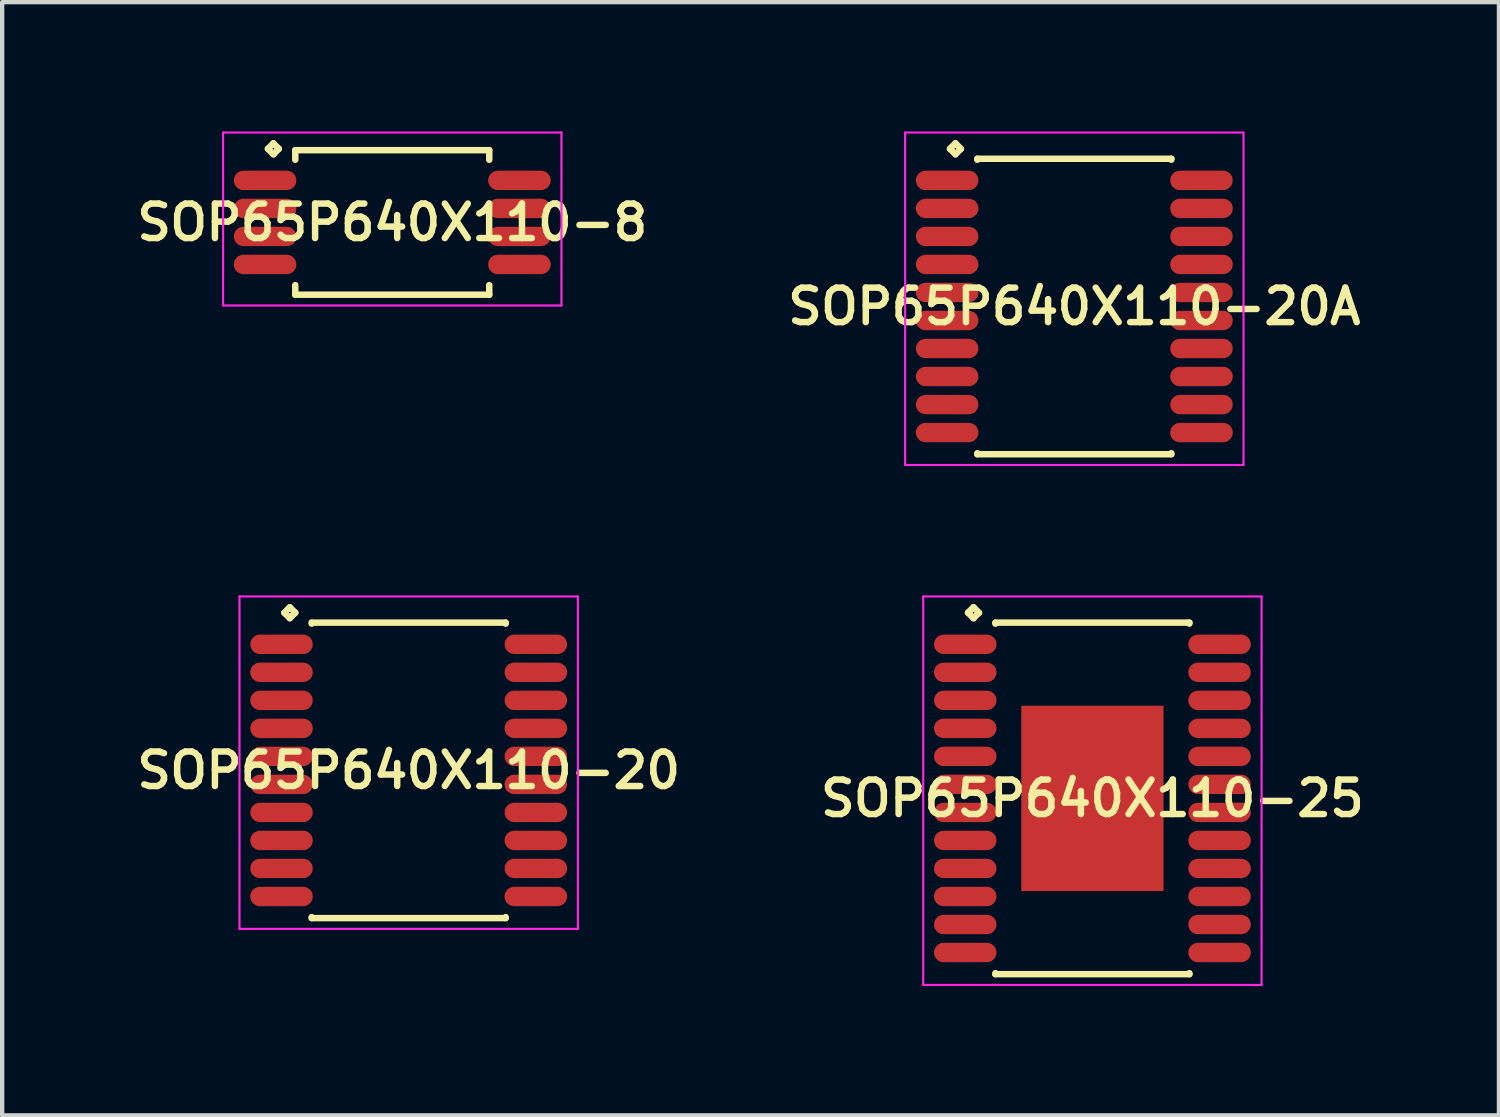
<source format=kicad_pcb>
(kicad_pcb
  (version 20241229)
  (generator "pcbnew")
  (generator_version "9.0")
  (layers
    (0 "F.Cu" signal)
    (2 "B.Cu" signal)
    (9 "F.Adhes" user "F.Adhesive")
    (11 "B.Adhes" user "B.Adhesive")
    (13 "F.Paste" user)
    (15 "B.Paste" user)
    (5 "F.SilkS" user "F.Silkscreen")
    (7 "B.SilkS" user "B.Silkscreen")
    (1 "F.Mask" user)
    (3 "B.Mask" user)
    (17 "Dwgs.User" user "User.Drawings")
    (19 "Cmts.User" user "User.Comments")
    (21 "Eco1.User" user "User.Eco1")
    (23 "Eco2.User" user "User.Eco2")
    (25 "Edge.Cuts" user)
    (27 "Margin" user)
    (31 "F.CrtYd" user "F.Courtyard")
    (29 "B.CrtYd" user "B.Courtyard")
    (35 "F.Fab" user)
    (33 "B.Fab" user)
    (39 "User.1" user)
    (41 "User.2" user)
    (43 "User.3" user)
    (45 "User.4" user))
  (footprint "SOP65P640X110-8"
    (layer "F.Cu")
    (at 6.05 2.11)
    (property "Reference" "SOP65P640X110-8" (at 0 0 0) (layer "F.SilkS") (effects (font (size 0.8 0.8) (thickness 0.15))))
    (attr smd)
    (fp_line (start -2.885 -1.708) (end -2.758 -1.835) (stroke (width 0.15) (type solid)) (layer "F.SilkS"))
    (fp_line (start -2.758 -1.835) (end -2.631 -1.708) (stroke (width 0.15) (type solid)) (layer "F.SilkS"))
    (fp_line (start -2.758 -1.581) (end -2.885 -1.708) (stroke (width 0.15) (type solid)) (layer "F.SilkS"))
    (fp_line (start -2.631 -1.708) (end -2.758 -1.581) (stroke (width 0.15) (type solid)) (layer "F.SilkS"))
    (fp_line (start -2.25 -1.677) (end 2.25 -1.677) (stroke (width 0.15) (type solid)) (layer "F.SilkS"))
    (fp_line (start -2.25 -1.454) (end -2.25 -1.677) (stroke (width 0.15) (type solid)) (layer "F.SilkS"))
    (fp_line (start -2.25 1.454) (end -2.25 1.677) (stroke (width 0.15) (type solid)) (layer "F.SilkS"))
    (fp_line (start -2.25 1.677) (end 2.25 1.677) (stroke (width 0.15) (type solid)) (layer "F.SilkS"))
    (fp_line (start 2.25 -1.677) (end 2.25 -1.454) (stroke (width 0.15) (type solid)) (layer "F.SilkS"))
    (fp_line (start 2.25 1.677) (end 2.25 1.454) (stroke (width 0.15) (type solid)) (layer "F.SilkS"))
    (fp_line (start -3.925 -2.085) (end 3.925 -2.085) (stroke (width 0.05) (type solid)) (layer "F.CrtYd"))
    (fp_line (start -3.925 1.927) (end -3.925 -2.085) (stroke (width 0.05) (type solid)) (layer "F.CrtYd"))
    (fp_line (start 3.925 -2.085) (end 3.925 1.927) (stroke (width 0.05) (type solid)) (layer "F.CrtYd"))
    (fp_line (start 3.925 1.927) (end -3.925 1.927) (stroke (width 0.05) (type solid)) (layer "F.CrtYd"))
    (pad "1" smd oval (at -2.95 -0.975) (size 1.45 0.45) (layers "F.Cu" "F.Mask" "F.Paste"))
    (pad "2" smd oval (at -2.95 -0.325) (size 1.45 0.45) (layers "F.Cu" "F.Mask" "F.Paste"))
    (pad "3" smd oval (at -2.95 0.325) (size 1.45 0.45) (layers "F.Cu" "F.Mask" "F.Paste"))
    (pad "4" smd oval (at -2.95 0.975) (size 1.45 0.45) (layers "F.Cu" "F.Mask" "F.Paste"))
    (pad "5" smd oval (at 2.95 0.975) (size 1.45 0.45) (layers "F.Cu" "F.Mask" "F.Paste"))
    (pad "6" smd oval (at 2.95 0.325) (size 1.45 0.45) (layers "F.Cu" "F.Mask" "F.Paste"))
    (pad "7" smd oval (at 2.95 -0.325) (size 1.45 0.45) (layers "F.Cu" "F.Mask" "F.Paste"))
    (pad "8" smd oval (at 2.95 -0.975) (size 1.45 0.45) (layers "F.Cu" "F.Mask" "F.Paste")))
  (footprint "SOP65P640X110-20A"
    (layer "F.Cu")
    (at 21.873 4.06)
    (property "Reference" "SOP65P640X110-20A" (at 0 0 0) (layer "F.SilkS") (effects (font (size 0.8 0.8) (thickness 0.15))))
    (attr smd)
    (fp_line (start -2.885 -3.658) (end -2.758 -3.785) (stroke (width 0.15) (type solid)) (layer "F.SilkS"))
    (fp_line (start -2.758 -3.785) (end -2.631 -3.658) (stroke (width 0.15) (type solid)) (layer "F.SilkS"))
    (fp_line (start -2.758 -3.531) (end -2.885 -3.658) (stroke (width 0.15) (type solid)) (layer "F.SilkS"))
    (fp_line (start -2.631 -3.658) (end -2.758 -3.531) (stroke (width 0.15) (type solid)) (layer "F.SilkS"))
    (fp_line (start -2.25 -3.427) (end 2.25 -3.427) (stroke (width 0.15) (type solid)) (layer "F.SilkS"))
    (fp_line (start -2.25 -3.404) (end -2.25 -3.427) (stroke (width 0.15) (type solid)) (layer "F.SilkS"))
    (fp_line (start -2.25 3.404) (end -2.25 3.427) (stroke (width 0.15) (type solid)) (layer "F.SilkS"))
    (fp_line (start -2.25 3.427) (end 2.25 3.427) (stroke (width 0.15) (type solid)) (layer "F.SilkS"))
    (fp_line (start 2.25 -3.427) (end 2.25 -3.404) (stroke (width 0.15) (type solid)) (layer "F.SilkS"))
    (fp_line (start 2.25 3.427) (end 2.25 3.404) (stroke (width 0.15) (type solid)) (layer "F.SilkS"))
    (fp_line (start -3.925 -4.035) (end 3.925 -4.035) (stroke (width 0.05) (type solid)) (layer "F.CrtYd"))
    (fp_line (start -3.925 3.677) (end -3.925 -4.035) (stroke (width 0.05) (type solid)) (layer "F.CrtYd"))
    (fp_line (start 3.925 -4.035) (end 3.925 3.677) (stroke (width 0.05) (type solid)) (layer "F.CrtYd"))
    (fp_line (start 3.925 3.677) (end -3.925 3.677) (stroke (width 0.05) (type solid)) (layer "F.CrtYd"))
    (pad "1" smd oval (at -2.95 -2.925) (size 1.45 0.45) (layers "F.Cu" "F.Mask" "F.Paste"))
    (pad "2" smd oval (at -2.95 -2.275) (size 1.45 0.45) (layers "F.Cu" "F.Mask" "F.Paste"))
    (pad "3" smd oval (at -2.95 -1.625) (size 1.45 0.45) (layers "F.Cu" "F.Mask" "F.Paste"))
    (pad "4" smd oval (at -2.95 -0.975) (size 1.45 0.45) (layers "F.Cu" "F.Mask" "F.Paste"))
    (pad "5" smd oval (at -2.95 -0.325) (size 1.45 0.45) (layers "F.Cu" "F.Mask" "F.Paste"))
    (pad "6" smd oval (at -2.95 0.325) (size 1.45 0.45) (layers "F.Cu" "F.Mask" "F.Paste"))
    (pad "7" smd oval (at -2.95 0.975) (size 1.45 0.45) (layers "F.Cu" "F.Mask" "F.Paste"))
    (pad "8" smd oval (at -2.95 1.625) (size 1.45 0.45) (layers "F.Cu" "F.Mask" "F.Paste"))
    (pad "9" smd oval (at -2.95 2.275) (size 1.45 0.45) (layers "F.Cu" "F.Mask" "F.Paste"))
    (pad "10" smd oval (at -2.95 2.925) (size 1.45 0.45) (layers "F.Cu" "F.Mask" "F.Paste"))
    (pad "11" smd oval (at 2.95 2.925) (size 1.45 0.45) (layers "F.Cu" "F.Mask" "F.Paste"))
    (pad "12" smd oval (at 2.95 2.275) (size 1.45 0.45) (layers "F.Cu" "F.Mask" "F.Paste"))
    (pad "13" smd oval (at 2.95 1.625) (size 1.45 0.45) (layers "F.Cu" "F.Mask" "F.Paste"))
    (pad "14" smd oval (at 2.95 0.975) (size 1.45 0.45) (layers "F.Cu" "F.Mask" "F.Paste"))
    (pad "15" smd oval (at 2.95 0.325) (size 1.45 0.45) (layers "F.Cu" "F.Mask" "F.Paste"))
    (pad "16" smd oval (at 2.95 -0.325) (size 1.45 0.45) (layers "F.Cu" "F.Mask" "F.Paste"))
    (pad "17" smd oval (at 2.95 -0.975) (size 1.45 0.45) (layers "F.Cu" "F.Mask" "F.Paste"))
    (pad "18" smd oval (at 2.95 -1.625) (size 1.45 0.45) (layers "F.Cu" "F.Mask" "F.Paste"))
    (pad "19" smd oval (at 2.95 -2.275) (size 1.45 0.45) (layers "F.Cu" "F.Mask" "F.Paste"))
    (pad "20" smd oval (at 2.95 -2.925) (size 1.45 0.45) (layers "F.Cu" "F.Mask" "F.Paste")))
  (footprint "SOP65P640X110-20"
    (layer "F.Cu")
    (at 6.431 14.822)
    (property "Reference" "SOP65P640X110-20" (at 0 0 0) (layer "F.SilkS") (effects (font (size 0.8 0.8) (thickness 0.15))))
    (attr smd)
    (fp_line (start -2.885 -3.658) (end -2.758 -3.785) (stroke (width 0.15) (type solid)) (layer "F.SilkS"))
    (fp_line (start -2.758 -3.785) (end -2.631 -3.658) (stroke (width 0.15) (type solid)) (layer "F.SilkS"))
    (fp_line (start -2.758 -3.531) (end -2.885 -3.658) (stroke (width 0.15) (type solid)) (layer "F.SilkS"))
    (fp_line (start -2.631 -3.658) (end -2.758 -3.531) (stroke (width 0.15) (type solid)) (layer "F.SilkS"))
    (fp_line (start -2.25 -3.427) (end 2.25 -3.427) (stroke (width 0.15) (type solid)) (layer "F.SilkS"))
    (fp_line (start -2.25 -3.404) (end -2.25 -3.427) (stroke (width 0.15) (type solid)) (layer "F.SilkS"))
    (fp_line (start -2.25 3.404) (end -2.25 3.427) (stroke (width 0.15) (type solid)) (layer "F.SilkS"))
    (fp_line (start -2.25 3.427) (end 2.25 3.427) (stroke (width 0.15) (type solid)) (layer "F.SilkS"))
    (fp_line (start 2.25 -3.427) (end 2.25 -3.404) (stroke (width 0.15) (type solid)) (layer "F.SilkS"))
    (fp_line (start 2.25 3.427) (end 2.25 3.404) (stroke (width 0.15) (type solid)) (layer "F.SilkS"))
    (fp_line (start -3.925 -4.035) (end 3.925 -4.035) (stroke (width 0.05) (type solid)) (layer "F.CrtYd"))
    (fp_line (start -3.925 3.677) (end -3.925 -4.035) (stroke (width 0.05) (type solid)) (layer "F.CrtYd"))
    (fp_line (start 3.925 -4.035) (end 3.925 3.677) (stroke (width 0.05) (type solid)) (layer "F.CrtYd"))
    (fp_line (start 3.925 3.677) (end -3.925 3.677) (stroke (width 0.05) (type solid)) (layer "F.CrtYd"))
    (pad "1" smd oval (at -2.95 -2.925) (size 1.45 0.45) (layers "F.Cu" "F.Mask" "F.Paste"))
    (pad "2" smd oval (at -2.95 -2.275) (size 1.45 0.45) (layers "F.Cu" "F.Mask" "F.Paste"))
    (pad "3" smd oval (at -2.95 -1.625) (size 1.45 0.45) (layers "F.Cu" "F.Mask" "F.Paste"))
    (pad "4" smd oval (at -2.95 -0.975) (size 1.45 0.45) (layers "F.Cu" "F.Mask" "F.Paste"))
    (pad "5" smd oval (at -2.95 -0.325) (size 1.45 0.45) (layers "F.Cu" "F.Mask" "F.Paste"))
    (pad "6" smd oval (at -2.95 0.325) (size 1.45 0.45) (layers "F.Cu" "F.Mask" "F.Paste"))
    (pad "7" smd oval (at -2.95 0.975) (size 1.45 0.45) (layers "F.Cu" "F.Mask" "F.Paste"))
    (pad "8" smd oval (at -2.95 1.625) (size 1.45 0.45) (layers "F.Cu" "F.Mask" "F.Paste"))
    (pad "9" smd oval (at -2.95 2.275) (size 1.45 0.45) (layers "F.Cu" "F.Mask" "F.Paste"))
    (pad "10" smd oval (at -2.95 2.925) (size 1.45 0.45) (layers "F.Cu" "F.Mask" "F.Paste"))
    (pad "11" smd oval (at 2.95 2.925) (size 1.45 0.45) (layers "F.Cu" "F.Mask" "F.Paste"))
    (pad "12" smd oval (at 2.95 2.275) (size 1.45 0.45) (layers "F.Cu" "F.Mask" "F.Paste"))
    (pad "13" smd oval (at 2.95 1.625) (size 1.45 0.45) (layers "F.Cu" "F.Mask" "F.Paste"))
    (pad "14" smd oval (at 2.95 0.975) (size 1.45 0.45) (layers "F.Cu" "F.Mask" "F.Paste"))
    (pad "15" smd oval (at 2.95 0.325) (size 1.45 0.45) (layers "F.Cu" "F.Mask" "F.Paste"))
    (pad "16" smd oval (at 2.95 -0.325) (size 1.45 0.45) (layers "F.Cu" "F.Mask" "F.Paste"))
    (pad "17" smd oval (at 2.95 -0.975) (size 1.45 0.45) (layers "F.Cu" "F.Mask" "F.Paste"))
    (pad "18" smd oval (at 2.95 -1.625) (size 1.45 0.45) (layers "F.Cu" "F.Mask" "F.Paste"))
    (pad "19" smd oval (at 2.95 -2.275) (size 1.45 0.45) (layers "F.Cu" "F.Mask" "F.Paste"))
    (pad "20" smd oval (at 2.95 -2.925) (size 1.45 0.45) (layers "F.Cu" "F.Mask" "F.Paste")))
  (footprint "SOP65P640X110-25"
    (layer "F.Cu")
    (at 22.292 15.472)
    (property "Reference" "SOP65P640X110-25" (at 0 0 0) (layer "F.SilkS") (effects (font (size 0.8 0.8) (thickness 0.15))))
    (attr smd)
    (fp_line (start -2.885 -4.308) (end -2.758 -4.435) (stroke (width 0.15) (type solid)) (layer "F.SilkS"))
    (fp_line (start -2.758 -4.435) (end -2.631 -4.308) (stroke (width 0.15) (type solid)) (layer "F.SilkS"))
    (fp_line (start -2.758 -4.181) (end -2.885 -4.308) (stroke (width 0.15) (type solid)) (layer "F.SilkS"))
    (fp_line (start -2.631 -4.308) (end -2.758 -4.181) (stroke (width 0.15) (type solid)) (layer "F.SilkS"))
    (fp_line (start -2.25 -4.077) (end 2.25 -4.077) (stroke (width 0.15) (type solid)) (layer "F.SilkS"))
    (fp_line (start -2.25 -4.054) (end -2.25 -4.077) (stroke (width 0.15) (type solid)) (layer "F.SilkS"))
    (fp_line (start -2.25 4.054) (end -2.25 4.077) (stroke (width 0.15) (type solid)) (layer "F.SilkS"))
    (fp_line (start -2.25 4.077) (end 2.25 4.077) (stroke (width 0.15) (type solid)) (layer "F.SilkS"))
    (fp_line (start 2.25 -4.077) (end 2.25 -4.054) (stroke (width 0.15) (type solid)) (layer "F.SilkS"))
    (fp_line (start 2.25 4.077) (end 2.25 4.054) (stroke (width 0.15) (type solid)) (layer "F.SilkS"))
    (fp_line (start -3.925 -4.685) (end 3.925 -4.685) (stroke (width 0.05) (type solid)) (layer "F.CrtYd"))
    (fp_line (start -3.925 4.327) (end -3.925 -4.685) (stroke (width 0.05) (type solid)) (layer "F.CrtYd"))
    (fp_line (start 3.925 -4.685) (end 3.925 4.327) (stroke (width 0.05) (type solid)) (layer "F.CrtYd"))
    (fp_line (start 3.925 4.327) (end -3.925 4.327) (stroke (width 0.05) (type solid)) (layer "F.CrtYd"))
    (pad "1" smd oval (at -2.95 -3.575) (size 1.45 0.45) (layers "F.Cu" "F.Mask" "F.Paste"))
    (pad "2" smd oval (at -2.95 -2.925) (size 1.45 0.45) (layers "F.Cu" "F.Mask" "F.Paste"))
    (pad "3" smd oval (at -2.95 -2.275) (size 1.45 0.45) (layers "F.Cu" "F.Mask" "F.Paste"))
    (pad "4" smd oval (at -2.95 -1.625) (size 1.45 0.45) (layers "F.Cu" "F.Mask" "F.Paste"))
    (pad "5" smd oval (at -2.95 -0.975) (size 1.45 0.45) (layers "F.Cu" "F.Mask" "F.Paste"))
    (pad "6" smd oval (at -2.95 -0.325) (size 1.45 0.45) (layers "F.Cu" "F.Mask" "F.Paste"))
    (pad "7" smd oval (at -2.95 0.325) (size 1.45 0.45) (layers "F.Cu" "F.Mask" "F.Paste"))
    (pad "8" smd oval (at -2.95 0.975) (size 1.45 0.45) (layers "F.Cu" "F.Mask" "F.Paste"))
    (pad "9" smd oval (at -2.95 1.625) (size 1.45 0.45) (layers "F.Cu" "F.Mask" "F.Paste"))
    (pad "10" smd oval (at -2.95 2.275) (size 1.45 0.45) (layers "F.Cu" "F.Mask" "F.Paste"))
    (pad "11" smd oval (at -2.95 2.925) (size 1.45 0.45) (layers "F.Cu" "F.Mask" "F.Paste"))
    (pad "12" smd oval (at -2.95 3.575) (size 1.45 0.45) (layers "F.Cu" "F.Mask" "F.Paste"))
    (pad "13" smd oval (at 2.95 3.575) (size 1.45 0.45) (layers "F.Cu" "F.Mask" "F.Paste"))
    (pad "14" smd oval (at 2.95 2.925) (size 1.45 0.45) (layers "F.Cu" "F.Mask" "F.Paste"))
    (pad "15" smd oval (at 2.95 2.275) (size 1.45 0.45) (layers "F.Cu" "F.Mask" "F.Paste"))
    (pad "16" smd oval (at 2.95 1.625) (size 1.45 0.45) (layers "F.Cu" "F.Mask" "F.Paste"))
    (pad "17" smd oval (at 2.95 0.975) (size 1.45 0.45) (layers "F.Cu" "F.Mask" "F.Paste"))
    (pad "18" smd oval (at 2.95 0.325) (size 1.45 0.45) (layers "F.Cu" "F.Mask" "F.Paste"))
    (pad "19" smd oval (at 2.95 -0.325) (size 1.45 0.45) (layers "F.Cu" "F.Mask" "F.Paste"))
    (pad "20" smd oval (at 2.95 -0.975) (size 1.45 0.45) (layers "F.Cu" "F.Mask" "F.Paste"))
    (pad "21" smd oval (at 2.95 -1.625) (size 1.45 0.45) (layers "F.Cu" "F.Mask" "F.Paste"))
    (pad "22" smd oval (at 2.95 -2.275) (size 1.45 0.45) (layers "F.Cu" "F.Mask" "F.Paste"))
    (pad "23" smd oval (at 2.95 -2.925) (size 1.45 0.45) (layers "F.Cu" "F.Mask" "F.Paste"))
    (pad "24" smd oval (at 2.95 -3.575) (size 1.45 0.45) (layers "F.Cu" "F.Mask" "F.Paste"))
    (pad "25" smd rect (at 0 0) (size 3.3 4.3) (layers "F.Cu" "F.Mask" "F.Paste")))
  (gr_rect
    (start -3 -3)
    (end 31.723 22.824)
    (stroke (width 0.1) (type default))
    (fill no)
    (layer "Edge.Cuts")))
</source>
